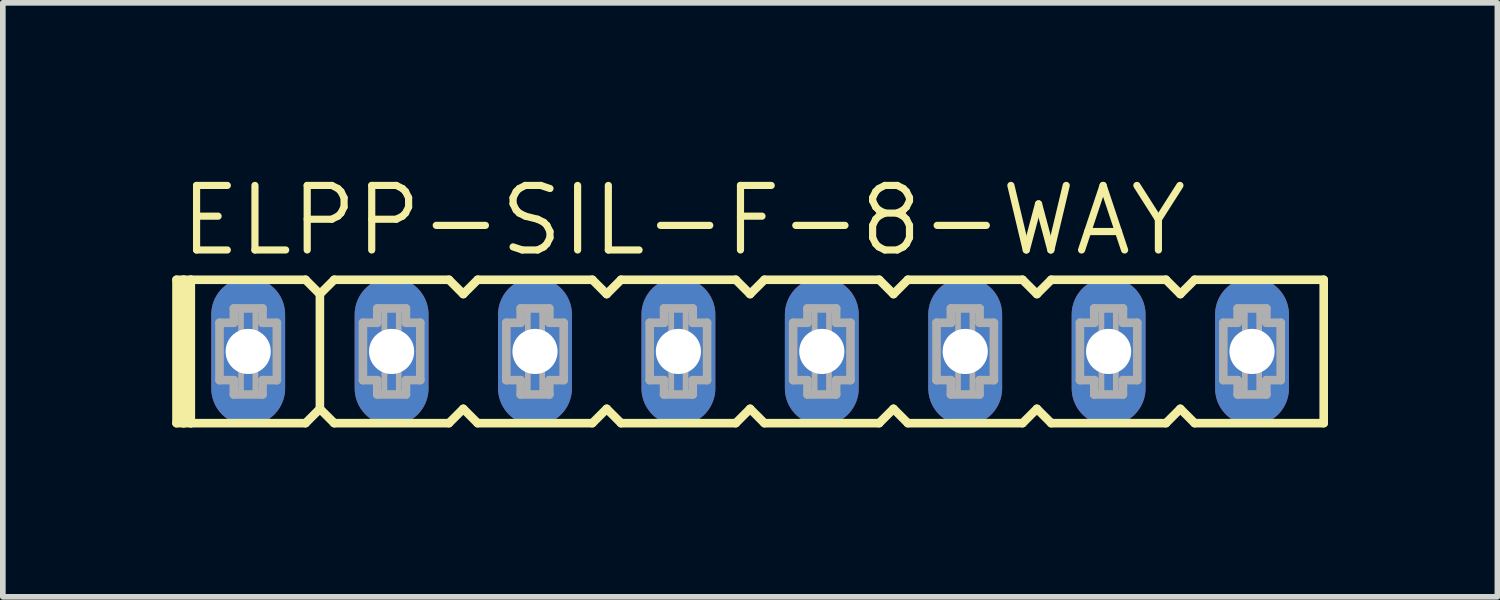
<source format=kicad_pcb>
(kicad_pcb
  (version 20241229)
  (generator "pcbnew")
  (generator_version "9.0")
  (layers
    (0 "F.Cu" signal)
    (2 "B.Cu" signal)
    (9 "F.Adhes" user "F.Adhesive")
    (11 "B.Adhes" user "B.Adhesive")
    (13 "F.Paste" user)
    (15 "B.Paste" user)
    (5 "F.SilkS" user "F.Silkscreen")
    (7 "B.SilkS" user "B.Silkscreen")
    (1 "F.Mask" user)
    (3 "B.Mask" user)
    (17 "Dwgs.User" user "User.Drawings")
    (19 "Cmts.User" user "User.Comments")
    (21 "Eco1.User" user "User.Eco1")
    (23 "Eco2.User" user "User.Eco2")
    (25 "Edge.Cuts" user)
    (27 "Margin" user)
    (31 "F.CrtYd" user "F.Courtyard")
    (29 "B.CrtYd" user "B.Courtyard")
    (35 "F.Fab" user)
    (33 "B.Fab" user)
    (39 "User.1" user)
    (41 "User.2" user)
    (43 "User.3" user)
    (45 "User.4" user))
  (footprint "ELPP-SIL-F-8-WAY"
    (layer "F.Cu")
    (at 10.236 3.175)
    (property "Reference" "ELPP-SIL-F-8-WAY" (at -10.16 -1.651 0) (unlocked yes) (layer "F.SilkS") (effects (font (size 1.143 1.143) (thickness 0.127)) (justify left bottom)))
    (fp_line (start -10.16 -1.27) (end -10.16 1.27) (stroke (width 0.152) (type solid)) (layer "F.SilkS"))
    (fp_line (start -10.16 1.27) (end -10.033 1.27) (stroke (width 0.152) (type solid)) (layer "F.SilkS"))
    (fp_line (start -10.033 -1.27) (end -10.16 -1.27) (stroke (width 0.152) (type solid)) (layer "F.SilkS"))
    (fp_line (start -10.033 -1.27) (end -10.033 1.27) (stroke (width 0.152) (type solid)) (layer "F.SilkS"))
    (fp_line (start -10.033 1.27) (end -9.906 1.27) (stroke (width 0.152) (type solid)) (layer "F.SilkS"))
    (fp_line (start -9.906 -1.27) (end -10.033 -1.27) (stroke (width 0.152) (type solid)) (layer "F.SilkS"))
    (fp_line (start -9.906 -1.27) (end -9.906 1.27) (stroke (width 0.152) (type solid)) (layer "F.SilkS"))
    (fp_line (start -9.906 1.27) (end -7.874 1.27) (stroke (width 0.152) (type solid)) (layer "F.SilkS"))
    (fp_line (start -7.874 -1.27) (end -9.906 -1.27) (stroke (width 0.152) (type solid)) (layer "F.SilkS"))
    (fp_line (start -7.874 1.27) (end -7.62 1.016) (stroke (width 0.152) (type solid)) (layer "F.SilkS"))
    (fp_line (start -7.62 -1.016) (end -7.874 -1.27) (stroke (width 0.152) (type solid)) (layer "F.SilkS"))
    (fp_line (start -7.62 -1.016) (end -7.62 1.016) (stroke (width 0.152) (type solid)) (layer "F.SilkS"))
    (fp_line (start -7.62 1.016) (end -7.366 1.27) (stroke (width 0.152) (type solid)) (layer "F.SilkS"))
    (fp_line (start -7.366 -1.27) (end -7.62 -1.016) (stroke (width 0.152) (type solid)) (layer "F.SilkS"))
    (fp_line (start -7.366 1.27) (end -5.334 1.27) (stroke (width 0.152) (type solid)) (layer "F.SilkS"))
    (fp_line (start -5.334 -1.27) (end -7.366 -1.27) (stroke (width 0.152) (type solid)) (layer "F.SilkS"))
    (fp_line (start -5.334 1.27) (end -5.08 1.016) (stroke (width 0.152) (type solid)) (layer "F.SilkS"))
    (fp_line (start -5.08 -1.016) (end -5.334 -1.27) (stroke (width 0.152) (type solid)) (layer "F.SilkS"))
    (fp_line (start -5.08 1.016) (end -4.826 1.27) (stroke (width 0.152) (type solid)) (layer "F.SilkS"))
    (fp_line (start -4.826 -1.27) (end -5.08 -1.016) (stroke (width 0.152) (type solid)) (layer "F.SilkS"))
    (fp_line (start -4.826 1.27) (end -2.794 1.27) (stroke (width 0.152) (type solid)) (layer "F.SilkS"))
    (fp_line (start -2.794 -1.27) (end -4.826 -1.27) (stroke (width 0.152) (type solid)) (layer "F.SilkS"))
    (fp_line (start -2.794 1.27) (end -2.54 1.016) (stroke (width 0.152) (type solid)) (layer "F.SilkS"))
    (fp_line (start -2.54 -1.016) (end -2.794 -1.27) (stroke (width 0.152) (type solid)) (layer "F.SilkS"))
    (fp_line (start -2.54 1.016) (end -2.286 1.27) (stroke (width 0.152) (type solid)) (layer "F.SilkS"))
    (fp_line (start -2.286 -1.27) (end -2.54 -1.016) (stroke (width 0.152) (type solid)) (layer "F.SilkS"))
    (fp_line (start -2.286 1.27) (end -0.254 1.27) (stroke (width 0.152) (type solid)) (layer "F.SilkS"))
    (fp_line (start -0.254 -1.27) (end -2.286 -1.27) (stroke (width 0.152) (type solid)) (layer "F.SilkS"))
    (fp_line (start -0.254 1.27) (end 0 1.016) (stroke (width 0.152) (type solid)) (layer "F.SilkS"))
    (fp_line (start 0 -1.016) (end -0.254 -1.27) (stroke (width 0.152) (type solid)) (layer "F.SilkS"))
    (fp_line (start 0 1.016) (end 0.254 1.27) (stroke (width 0.152) (type solid)) (layer "F.SilkS"))
    (fp_line (start 0.254 -1.27) (end 0 -1.016) (stroke (width 0.152) (type solid)) (layer "F.SilkS"))
    (fp_line (start 0.254 1.27) (end 2.286 1.27) (stroke (width 0.152) (type solid)) (layer "F.SilkS"))
    (fp_line (start 2.286 -1.27) (end 0.254 -1.27) (stroke (width 0.152) (type solid)) (layer "F.SilkS"))
    (fp_line (start 2.286 1.27) (end 2.54 1.016) (stroke (width 0.152) (type solid)) (layer "F.SilkS"))
    (fp_line (start 2.54 -1.016) (end 2.286 -1.27) (stroke (width 0.152) (type solid)) (layer "F.SilkS"))
    (fp_line (start 2.54 1.016) (end 2.794 1.27) (stroke (width 0.152) (type solid)) (layer "F.SilkS"))
    (fp_line (start 2.794 -1.27) (end 2.54 -1.016) (stroke (width 0.152) (type solid)) (layer "F.SilkS"))
    (fp_line (start 2.794 1.27) (end 4.826 1.27) (stroke (width 0.152) (type solid)) (layer "F.SilkS"))
    (fp_line (start 4.826 -1.27) (end 2.794 -1.27) (stroke (width 0.152) (type solid)) (layer "F.SilkS"))
    (fp_line (start 4.826 1.27) (end 5.08 1.016) (stroke (width 0.152) (type solid)) (layer "F.SilkS"))
    (fp_line (start 5.08 -1.016) (end 4.826 -1.27) (stroke (width 0.152) (type solid)) (layer "F.SilkS"))
    (fp_line (start 5.08 1.016) (end 5.334 1.27) (stroke (width 0.152) (type solid)) (layer "F.SilkS"))
    (fp_line (start 5.334 -1.27) (end 5.08 -1.016) (stroke (width 0.152) (type solid)) (layer "F.SilkS"))
    (fp_line (start 5.334 1.27) (end 7.366 1.27) (stroke (width 0.152) (type solid)) (layer "F.SilkS"))
    (fp_line (start 7.366 -1.27) (end 5.334 -1.27) (stroke (width 0.152) (type solid)) (layer "F.SilkS"))
    (fp_line (start 7.366 1.27) (end 7.62 1.016) (stroke (width 0.152) (type solid)) (layer "F.SilkS"))
    (fp_line (start 7.62 -1.016) (end 7.366 -1.27) (stroke (width 0.152) (type solid)) (layer "F.SilkS"))
    (fp_line (start 7.62 1.016) (end 7.874 1.27) (stroke (width 0.152) (type solid)) (layer "F.SilkS"))
    (fp_line (start 7.874 -1.27) (end 7.62 -1.016) (stroke (width 0.152) (type solid)) (layer "F.SilkS"))
    (fp_line (start 7.874 1.27) (end 10.16 1.27) (stroke (width 0.152) (type solid)) (layer "F.SilkS"))
    (fp_line (start 10.16 -1.27) (end 7.874 -1.27) (stroke (width 0.152) (type solid)) (layer "F.SilkS"))
    (fp_line (start 10.16 1.27) (end 10.16 -1.27) (stroke (width 0.152) (type solid)) (layer "F.SilkS"))
    (fp_line (start -9.398 -0.508) (end -9.398 0.508) (stroke (width 0.152) (type solid)) (layer "F.Fab"))
    (fp_line (start -9.398 0.508) (end -9.144 0.508) (stroke (width 0.152) (type solid)) (layer "F.Fab"))
    (fp_line (start -9.144 -0.762) (end -9.144 -0.508) (stroke (width 0.152) (type solid)) (layer "F.Fab"))
    (fp_line (start -9.144 -0.508) (end -9.398 -0.508) (stroke (width 0.152) (type solid)) (layer "F.Fab"))
    (fp_line (start -9.144 0.508) (end -9.144 0.762) (stroke (width 0.152) (type solid)) (layer "F.Fab"))
    (fp_line (start -9.144 0.762) (end -8.636 0.762) (stroke (width 0.152) (type solid)) (layer "F.Fab"))
    (fp_line (start -8.636 -0.762) (end -9.144 -0.762) (stroke (width 0.152) (type solid)) (layer "F.Fab"))
    (fp_line (start -8.636 -0.508) (end -8.636 -0.762) (stroke (width 0.152) (type solid)) (layer "F.Fab"))
    (fp_line (start -8.636 0.508) (end -8.382 0.508) (stroke (width 0.152) (type solid)) (layer "F.Fab"))
    (fp_line (start -8.636 0.762) (end -8.636 0.508) (stroke (width 0.152) (type solid)) (layer "F.Fab"))
    (fp_line (start -8.382 -0.508) (end -8.636 -0.508) (stroke (width 0.152) (type solid)) (layer "F.Fab"))
    (fp_line (start -8.382 0.508) (end -8.382 -0.508) (stroke (width 0.152) (type solid)) (layer "F.Fab"))
    (fp_line (start -6.858 -0.508) (end -6.858 0.508) (stroke (width 0.152) (type solid)) (layer "F.Fab"))
    (fp_line (start -6.858 0.508) (end -6.604 0.508) (stroke (width 0.152) (type solid)) (layer "F.Fab"))
    (fp_line (start -6.604 -0.762) (end -6.604 -0.508) (stroke (width 0.152) (type solid)) (layer "F.Fab"))
    (fp_line (start -6.604 -0.508) (end -6.858 -0.508) (stroke (width 0.152) (type solid)) (layer "F.Fab"))
    (fp_line (start -6.604 0.508) (end -6.604 0.762) (stroke (width 0.152) (type solid)) (layer "F.Fab"))
    (fp_line (start -6.604 0.762) (end -6.096 0.762) (stroke (width 0.152) (type solid)) (layer "F.Fab"))
    (fp_line (start -6.096 -0.762) (end -6.604 -0.762) (stroke (width 0.152) (type solid)) (layer "F.Fab"))
    (fp_line (start -6.096 -0.508) (end -6.096 -0.762) (stroke (width 0.152) (type solid)) (layer "F.Fab"))
    (fp_line (start -6.096 0.508) (end -5.842 0.508) (stroke (width 0.152) (type solid)) (layer "F.Fab"))
    (fp_line (start -6.096 0.762) (end -6.096 0.508) (stroke (width 0.152) (type solid)) (layer "F.Fab"))
    (fp_line (start -5.842 -0.508) (end -6.096 -0.508) (stroke (width 0.152) (type solid)) (layer "F.Fab"))
    (fp_line (start -5.842 0.508) (end -5.842 -0.508) (stroke (width 0.152) (type solid)) (layer "F.Fab"))
    (fp_line (start -4.318 -0.508) (end -4.318 0.508) (stroke (width 0.152) (type solid)) (layer "F.Fab"))
    (fp_line (start -4.318 0.508) (end -4.064 0.508) (stroke (width 0.152) (type solid)) (layer "F.Fab"))
    (fp_line (start -4.064 -0.762) (end -4.064 -0.508) (stroke (width 0.152) (type solid)) (layer "F.Fab"))
    (fp_line (start -4.064 -0.508) (end -4.318 -0.508) (stroke (width 0.152) (type solid)) (layer "F.Fab"))
    (fp_line (start -4.064 0.508) (end -4.064 0.762) (stroke (width 0.152) (type solid)) (layer "F.Fab"))
    (fp_line (start -4.064 0.762) (end -3.556 0.762) (stroke (width 0.152) (type solid)) (layer "F.Fab"))
    (fp_line (start -3.556 -0.762) (end -4.064 -0.762) (stroke (width 0.152) (type solid)) (layer "F.Fab"))
    (fp_line (start -3.556 -0.508) (end -3.556 -0.762) (stroke (width 0.152) (type solid)) (layer "F.Fab"))
    (fp_line (start -3.556 0.508) (end -3.302 0.508) (stroke (width 0.152) (type solid)) (layer "F.Fab"))
    (fp_line (start -3.556 0.762) (end -3.556 0.508) (stroke (width 0.152) (type solid)) (layer "F.Fab"))
    (fp_line (start -3.302 -0.508) (end -3.556 -0.508) (stroke (width 0.152) (type solid)) (layer "F.Fab"))
    (fp_line (start -3.302 0.508) (end -3.302 -0.508) (stroke (width 0.152) (type solid)) (layer "F.Fab"))
    (fp_line (start -1.778 -0.508) (end -1.778 0.508) (stroke (width 0.152) (type solid)) (layer "F.Fab"))
    (fp_line (start -1.778 0.508) (end -1.524 0.508) (stroke (width 0.152) (type solid)) (layer "F.Fab"))
    (fp_line (start -1.524 -0.762) (end -1.524 -0.508) (stroke (width 0.152) (type solid)) (layer "F.Fab"))
    (fp_line (start -1.524 -0.508) (end -1.778 -0.508) (stroke (width 0.152) (type solid)) (layer "F.Fab"))
    (fp_line (start -1.524 0.508) (end -1.524 0.762) (stroke (width 0.152) (type solid)) (layer "F.Fab"))
    (fp_line (start -1.524 0.762) (end -1.016 0.762) (stroke (width 0.152) (type solid)) (layer "F.Fab"))
    (fp_line (start -1.016 -0.762) (end -1.524 -0.762) (stroke (width 0.152) (type solid)) (layer "F.Fab"))
    (fp_line (start -1.016 -0.508) (end -1.016 -0.762) (stroke (width 0.152) (type solid)) (layer "F.Fab"))
    (fp_line (start -1.016 0.508) (end -0.762 0.508) (stroke (width 0.152) (type solid)) (layer "F.Fab"))
    (fp_line (start -1.016 0.762) (end -1.016 0.508) (stroke (width 0.152) (type solid)) (layer "F.Fab"))
    (fp_line (start -0.762 -0.508) (end -1.016 -0.508) (stroke (width 0.152) (type solid)) (layer "F.Fab"))
    (fp_line (start -0.762 0.508) (end -0.762 -0.508) (stroke (width 0.152) (type solid)) (layer "F.Fab"))
    (fp_line (start 0.762 -0.508) (end 0.762 0.508) (stroke (width 0.152) (type solid)) (layer "F.Fab"))
    (fp_line (start 0.762 0.508) (end 1.016 0.508) (stroke (width 0.152) (type solid)) (layer "F.Fab"))
    (fp_line (start 1.016 -0.762) (end 1.016 -0.508) (stroke (width 0.152) (type solid)) (layer "F.Fab"))
    (fp_line (start 1.016 -0.508) (end 0.762 -0.508) (stroke (width 0.152) (type solid)) (layer "F.Fab"))
    (fp_line (start 1.016 0.508) (end 1.016 0.762) (stroke (width 0.152) (type solid)) (layer "F.Fab"))
    (fp_line (start 1.016 0.762) (end 1.524 0.762) (stroke (width 0.152) (type solid)) (layer "F.Fab"))
    (fp_line (start 1.524 -0.762) (end 1.016 -0.762) (stroke (width 0.152) (type solid)) (layer "F.Fab"))
    (fp_line (start 1.524 -0.508) (end 1.524 -0.762) (stroke (width 0.152) (type solid)) (layer "F.Fab"))
    (fp_line (start 1.524 0.508) (end 1.778 0.508) (stroke (width 0.152) (type solid)) (layer "F.Fab"))
    (fp_line (start 1.524 0.762) (end 1.524 0.508) (stroke (width 0.152) (type solid)) (layer "F.Fab"))
    (fp_line (start 1.778 -0.508) (end 1.524 -0.508) (stroke (width 0.152) (type solid)) (layer "F.Fab"))
    (fp_line (start 1.778 0.508) (end 1.778 -0.508) (stroke (width 0.152) (type solid)) (layer "F.Fab"))
    (fp_line (start 3.302 -0.508) (end 3.302 0.508) (stroke (width 0.152) (type solid)) (layer "F.Fab"))
    (fp_line (start 3.302 0.508) (end 3.556 0.508) (stroke (width 0.152) (type solid)) (layer "F.Fab"))
    (fp_line (start 3.556 -0.762) (end 3.556 -0.508) (stroke (width 0.152) (type solid)) (layer "F.Fab"))
    (fp_line (start 3.556 -0.508) (end 3.302 -0.508) (stroke (width 0.152) (type solid)) (layer "F.Fab"))
    (fp_line (start 3.556 0.508) (end 3.556 0.762) (stroke (width 0.152) (type solid)) (layer "F.Fab"))
    (fp_line (start 3.556 0.762) (end 4.064 0.762) (stroke (width 0.152) (type solid)) (layer "F.Fab"))
    (fp_line (start 4.064 -0.762) (end 3.556 -0.762) (stroke (width 0.152) (type solid)) (layer "F.Fab"))
    (fp_line (start 4.064 -0.508) (end 4.064 -0.762) (stroke (width 0.152) (type solid)) (layer "F.Fab"))
    (fp_line (start 4.064 0.508) (end 4.318 0.508) (stroke (width 0.152) (type solid)) (layer "F.Fab"))
    (fp_line (start 4.064 0.762) (end 4.064 0.508) (stroke (width 0.152) (type solid)) (layer "F.Fab"))
    (fp_line (start 4.318 -0.508) (end 4.064 -0.508) (stroke (width 0.152) (type solid)) (layer "F.Fab"))
    (fp_line (start 4.318 0.508) (end 4.318 -0.508) (stroke (width 0.152) (type solid)) (layer "F.Fab"))
    (fp_line (start 5.842 -0.508) (end 5.842 0.508) (stroke (width 0.152) (type solid)) (layer "F.Fab"))
    (fp_line (start 5.842 0.508) (end 6.096 0.508) (stroke (width 0.152) (type solid)) (layer "F.Fab"))
    (fp_line (start 6.096 -0.762) (end 6.096 -0.508) (stroke (width 0.152) (type solid)) (layer "F.Fab"))
    (fp_line (start 6.096 -0.508) (end 5.842 -0.508) (stroke (width 0.152) (type solid)) (layer "F.Fab"))
    (fp_line (start 6.096 0.508) (end 6.096 0.762) (stroke (width 0.152) (type solid)) (layer "F.Fab"))
    (fp_line (start 6.096 0.762) (end 6.604 0.762) (stroke (width 0.152) (type solid)) (layer "F.Fab"))
    (fp_line (start 6.604 -0.762) (end 6.096 -0.762) (stroke (width 0.152) (type solid)) (layer "F.Fab"))
    (fp_line (start 6.604 -0.508) (end 6.604 -0.762) (stroke (width 0.152) (type solid)) (layer "F.Fab"))
    (fp_line (start 6.604 0.508) (end 6.858 0.508) (stroke (width 0.152) (type solid)) (layer "F.Fab"))
    (fp_line (start 6.604 0.762) (end 6.604 0.508) (stroke (width 0.152) (type solid)) (layer "F.Fab"))
    (fp_line (start 6.858 -0.508) (end 6.604 -0.508) (stroke (width 0.152) (type solid)) (layer "F.Fab"))
    (fp_line (start 6.858 0.508) (end 6.858 -0.508) (stroke (width 0.152) (type solid)) (layer "F.Fab"))
    (fp_line (start 8.382 -0.508) (end 8.382 0.508) (stroke (width 0.152) (type solid)) (layer "F.Fab"))
    (fp_line (start 8.382 0.508) (end 8.636 0.508) (stroke (width 0.152) (type solid)) (layer "F.Fab"))
    (fp_line (start 8.636 -0.762) (end 8.636 -0.508) (stroke (width 0.152) (type solid)) (layer "F.Fab"))
    (fp_line (start 8.636 -0.508) (end 8.382 -0.508) (stroke (width 0.152) (type solid)) (layer "F.Fab"))
    (fp_line (start 8.636 0.508) (end 8.636 0.762) (stroke (width 0.152) (type solid)) (layer "F.Fab"))
    (fp_line (start 8.636 0.762) (end 9.144 0.762) (stroke (width 0.152) (type solid)) (layer "F.Fab"))
    (fp_line (start 9.144 -0.762) (end 8.636 -0.762) (stroke (width 0.152) (type solid)) (layer "F.Fab"))
    (fp_line (start 9.144 -0.508) (end 9.144 -0.762) (stroke (width 0.152) (type solid)) (layer "F.Fab"))
    (fp_line (start 9.144 0.508) (end 9.398 0.508) (stroke (width 0.152) (type solid)) (layer "F.Fab"))
    (fp_line (start 9.144 0.762) (end 9.144 0.508) (stroke (width 0.152) (type solid)) (layer "F.Fab"))
    (fp_line (start 9.398 -0.508) (end 9.144 -0.508) (stroke (width 0.152) (type solid)) (layer "F.Fab"))
    (fp_line (start 9.398 0.508) (end 9.398 -0.508) (stroke (width 0.152) (type solid)) (layer "F.Fab"))
    (fp_poly (pts (xy -9.017 -0.254) (xy -8.763 -0.254) (xy -8.763 -0.762) (xy -9.017 -0.762)) (stroke (width 0.1) (type default)) (fill no) (layer "F.Fab"))
    (fp_poly (pts (xy -9.017 0.762) (xy -8.763 0.762) (xy -8.763 0.254) (xy -9.017 0.254)) (stroke (width 0.1) (type default)) (fill no) (layer "F.Fab"))
    (fp_poly (pts (xy -6.477 -0.254) (xy -6.223 -0.254) (xy -6.223 -0.762) (xy -6.477 -0.762)) (stroke (width 0.1) (type default)) (fill no) (layer "F.Fab"))
    (fp_poly (pts (xy -6.477 0.762) (xy -6.223 0.762) (xy -6.223 0.254) (xy -6.477 0.254)) (stroke (width 0.1) (type default)) (fill no) (layer "F.Fab"))
    (fp_poly (pts (xy -3.937 -0.254) (xy -3.683 -0.254) (xy -3.683 -0.762) (xy -3.937 -0.762)) (stroke (width 0.1) (type default)) (fill no) (layer "F.Fab"))
    (fp_poly (pts (xy -3.937 0.762) (xy -3.683 0.762) (xy -3.683 0.254) (xy -3.937 0.254)) (stroke (width 0.1) (type default)) (fill no) (layer "F.Fab"))
    (fp_poly (pts (xy -1.397 -0.254) (xy -1.143 -0.254) (xy -1.143 -0.762) (xy -1.397 -0.762)) (stroke (width 0.1) (type default)) (fill no) (layer "F.Fab"))
    (fp_poly (pts (xy -1.397 0.762) (xy -1.143 0.762) (xy -1.143 0.254) (xy -1.397 0.254)) (stroke (width 0.1) (type default)) (fill no) (layer "F.Fab"))
    (fp_poly (pts (xy 1.143 -0.254) (xy 1.397 -0.254) (xy 1.397 -0.762) (xy 1.143 -0.762)) (stroke (width 0.1) (type default)) (fill no) (layer "F.Fab"))
    (fp_poly (pts (xy 1.143 0.762) (xy 1.397 0.762) (xy 1.397 0.254) (xy 1.143 0.254)) (stroke (width 0.1) (type default)) (fill no) (layer "F.Fab"))
    (fp_poly (pts (xy 3.683 -0.254) (xy 3.937 -0.254) (xy 3.937 -0.762) (xy 3.683 -0.762)) (stroke (width 0.1) (type default)) (fill no) (layer "F.Fab"))
    (fp_poly (pts (xy 3.683 0.762) (xy 3.937 0.762) (xy 3.937 0.254) (xy 3.683 0.254)) (stroke (width 0.1) (type default)) (fill no) (layer "F.Fab"))
    (fp_poly (pts (xy 6.223 -0.254) (xy 6.477 -0.254) (xy 6.477 -0.762) (xy 6.223 -0.762)) (stroke (width 0.1) (type default)) (fill no) (layer "F.Fab"))
    (fp_poly (pts (xy 6.223 0.762) (xy 6.477 0.762) (xy 6.477 0.254) (xy 6.223 0.254)) (stroke (width 0.1) (type default)) (fill no) (layer "F.Fab"))
    (fp_poly (pts (xy 8.763 -0.254) (xy 9.017 -0.254) (xy 9.017 -0.762) (xy 8.763 -0.762)) (stroke (width 0.1) (type default)) (fill no) (layer "F.Fab"))
    (fp_poly (pts (xy 8.763 0.762) (xy 9.017 0.762) (xy 9.017 0.254) (xy 8.763 0.254)) (stroke (width 0.1) (type default)) (fill no) (layer "F.Fab"))
    (pad "1" thru_hole oval (at -8.89 0 90) (size 2.616 1.308) (drill 0.8) (layers "*.Cu" "*.Mask"))
    (pad "2" thru_hole oval (at -6.35 0 90) (size 2.616 1.308) (drill 0.8) (layers "*.Cu" "*.Mask"))
    (pad "3" thru_hole oval (at -3.81 0 90) (size 2.616 1.308) (drill 0.8) (layers "*.Cu" "*.Mask"))
    (pad "4" thru_hole oval (at -1.27 0 90) (size 2.616 1.308) (drill 0.8) (layers "*.Cu" "*.Mask"))
    (pad "5" thru_hole oval (at 1.27 0 90) (size 2.616 1.308) (drill 0.8) (layers "*.Cu" "*.Mask"))
    (pad "6" thru_hole oval (at 3.81 0 90) (size 2.616 1.308) (drill 0.8) (layers "*.Cu" "*.Mask"))
    (pad "7" thru_hole oval (at 6.35 0 90) (size 2.616 1.308) (drill 0.8) (layers "*.Cu" "*.Mask"))
    (pad "8" thru_hole oval (at 8.89 0 90) (size 2.616 1.308) (drill 0.8) (layers "*.Cu" "*.Mask")))
  (gr_rect
    (start -3 -3)
    (end 23.472 7.521)
    (stroke (width 0.1) (type default))
    (fill no)
    (layer "Edge.Cuts")))
</source>
